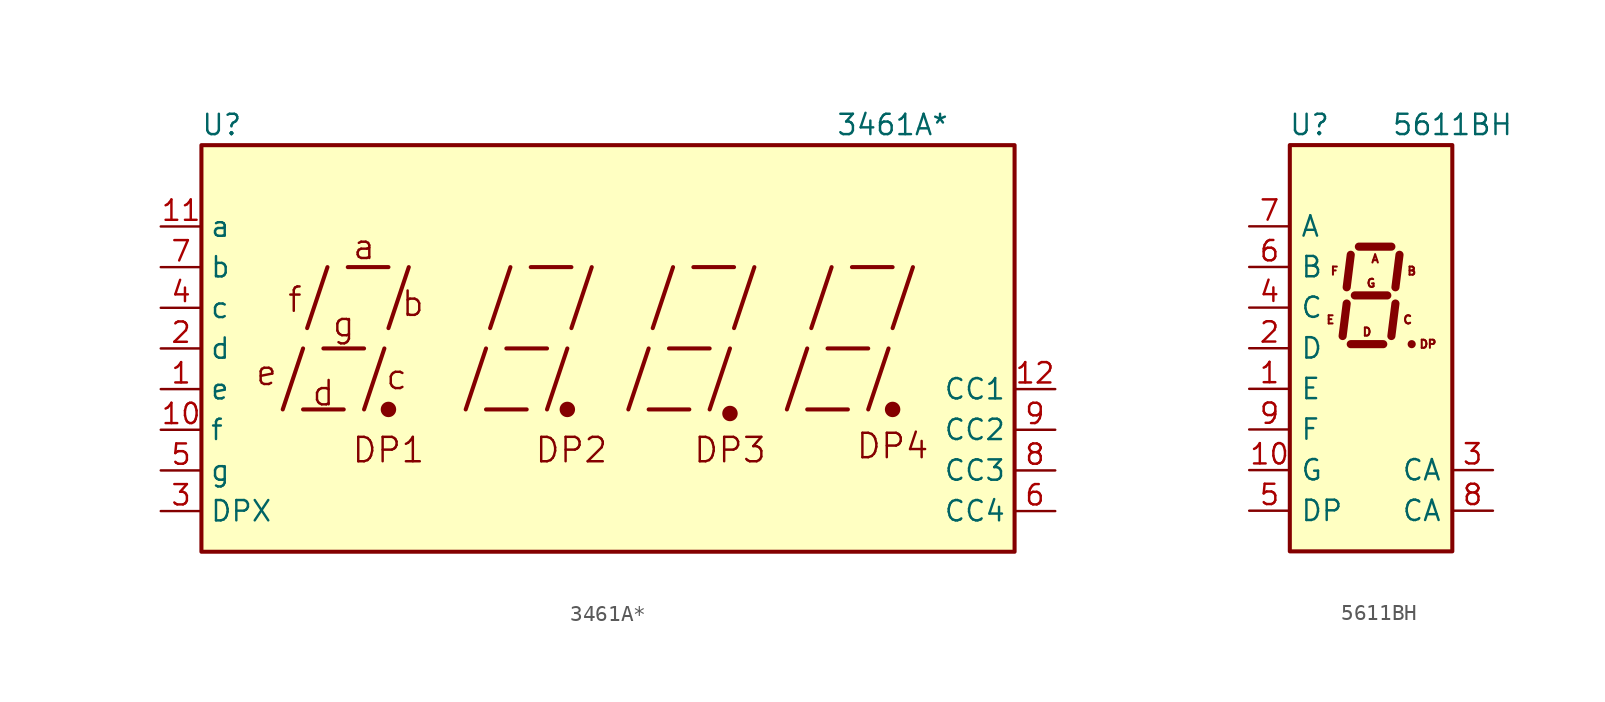
<source format=kicad_sym>
(kicad_symbol_lib
  (version 20241209)
  (generator "kicad_symbol_editor")
  (generator_version "9.0")
  (symbol "3461A*"
    (property "Reference" "U"
      (at -24.13 13.97 0)
      (effects (font (size 1.27 1.27))))
    (property "Value" "3461A*"
      (at 17.78 13.97 0)
      (effects (font (size 1.27 1.27))))
    (symbol "3461A*_0_0"
      (rectangle (start -25.4 12.7) (end 25.4 -12.7) (stroke (width 0.254) (type default)) (fill (type background)))
      (polyline (pts (xy -20.32 -3.81) (xy -19.05 0)) (stroke (width 0.254) (type default)) (fill (type none)))
      (polyline (pts (xy -19.05 -3.81) (xy -16.51 -3.81)) (stroke (width 0.254) (type default)) (fill (type none)))
      (polyline (pts (xy -18.796 1.27) (xy -17.526 5.08)) (stroke (width 0.254) (type default)) (fill (type none)))
      (polyline (pts (xy -17.78 0) (xy -15.24 0)) (stroke (width 0.254) (type default)) (fill (type none)))
      (polyline (pts (xy -16.256 5.08) (xy -13.716 5.08)) (stroke (width 0.254) (type default)) (fill (type none)))
      (polyline (pts (xy -15.24 -3.81) (xy -13.97 0)) (stroke (width 0.254) (type default)) (fill (type none)))
      (polyline (pts (xy -13.716 1.27) (xy -12.446 5.08)) (stroke (width 0.254) (type default)) (fill (type none)))
      (polyline (pts (xy -8.89 -3.81) (xy -7.62 0)) (stroke (width 0.254) (type default)) (fill (type none)))
      (polyline (pts (xy -7.62 -3.81) (xy -5.08 -3.81)) (stroke (width 0.254) (type default)) (fill (type none)))
      (polyline (pts (xy -7.366 1.27) (xy -6.096 5.08)) (stroke (width 0.254) (type default)) (fill (type none)))
      (polyline (pts (xy -6.35 0) (xy -3.81 0)) (stroke (width 0.254) (type default)) (fill (type none)))
      (polyline (pts (xy -4.826 5.08) (xy -2.286 5.08)) (stroke (width 0.254) (type default)) (fill (type none)))
      (polyline (pts (xy -3.81 -3.81) (xy -2.54 0)) (stroke (width 0.254) (type default)) (fill (type none)))
      (polyline (pts (xy -2.286 1.27) (xy -1.016 5.08)) (stroke (width 0.254) (type default)) (fill (type none)))
      (polyline (pts (xy 1.27 -3.81) (xy 2.54 0)) (stroke (width 0.254) (type default)) (fill (type none)))
      (polyline (pts (xy 2.54 -3.81) (xy 5.08 -3.81)) (stroke (width 0.254) (type default)) (fill (type none)))
      (polyline (pts (xy 2.794 1.27) (xy 4.064 5.08)) (stroke (width 0.254) (type default)) (fill (type none)))
      (polyline (pts (xy 3.81 0) (xy 6.35 0)) (stroke (width 0.254) (type default)) (fill (type none)))
      (polyline (pts (xy 5.334 5.08) (xy 7.874 5.08)) (stroke (width 0.254) (type default)) (fill (type none)))
      (polyline (pts (xy 6.35 -3.81) (xy 7.62 0)) (stroke (width 0.254) (type default)) (fill (type none)))
      (polyline (pts (xy 7.874 1.27) (xy 9.144 5.08)) (stroke (width 0.254) (type default)) (fill (type none)))
      (polyline (pts (xy 11.176 -3.81) (xy 12.446 0)) (stroke (width 0.254) (type default)) (fill (type none)))
      (polyline (pts (xy 12.446 -3.81) (xy 14.986 -3.81)) (stroke (width 0.254) (type default)) (fill (type none)))
      (polyline (pts (xy 12.7 1.27) (xy 13.97 5.08)) (stroke (width 0.254) (type default)) (fill (type none)))
      (polyline (pts (xy 13.716 0) (xy 16.256 0)) (stroke (width 0.254) (type default)) (fill (type none)))
      (polyline (pts (xy 15.24 5.08) (xy 17.78 5.08)) (stroke (width 0.254) (type default)) (fill (type none)))
      (polyline (pts (xy 16.256 -3.81) (xy 17.526 0)) (stroke (width 0.254) (type default)) (fill (type none)))
      (polyline (pts (xy 17.78 1.27) (xy 19.05 5.08)) (stroke (width 0.254) (type default)) (fill (type none)))
      (text "e" (at -21.336 -1.524 0) (effects (font (size 1.524 1.524))))
      (text "f" (at -19.558 3.048 0) (effects (font (size 1.524 1.524))))
      (text "d" (at -17.78 -2.794 0) (effects (font (size 1.524 1.524))))
      (text "g" (at -16.51 1.524 0) (effects (font (size 1.524 1.524))))
      (text "a" (at -15.24 6.35 0) (effects (font (size 1.524 1.524))))
      (text "DP1" (at -13.716 -6.35 0) (effects (font (size 1.524 1.524))))
      (text "c" (at -13.208 -1.778 0) (effects (font (size 1.524 1.524))))
      (text "b" (at -12.192 2.794 0) (effects (font (size 1.524 1.524))))
      (text "DP2" (at -2.286 -6.35 0) (effects (font (size 1.524 1.524))))
      (text "DP3" (at 7.62 -6.35 0) (effects (font (size 1.524 1.524))))
      (text "DP4" (at 17.78 -6.096 0) (effects (font (size 1.524 1.524)))))
    (symbol "3461A*_0_1"
      (circle (center -13.716 -3.81) (radius 0.356) (stroke (width 0.254) (type default)) (fill (type outline)))
      (circle (center -2.54 -3.81) (radius 0.356) (stroke (width 0.254) (type default)) (fill (type outline))))
    (symbol "3461A*_1_0"
      (circle (center 7.62 -4.064) (radius 0.356) (stroke (width 0.254) (type default)) (fill (type outline)))
      (circle (center 17.78 -3.81) (radius 0.356) (stroke (width 0.254) (type default)) (fill (type outline))))
    (symbol "3461A*_1_1"
      (pin passive line (at -27.94 7.62 0) (length 2.54) (name "a" (effects (font (size 1.27 1.27)))) (number "11" (effects (font (size 1.27 1.27)))))
      (pin passive line (at -27.94 5.08 0) (length 2.54) (name "b" (effects (font (size 1.27 1.27)))) (number "7" (effects (font (size 1.27 1.27)))))
      (pin passive line (at -27.94 2.54 0) (length 2.54) (name "c" (effects (font (size 1.27 1.27)))) (number "4" (effects (font (size 1.27 1.27)))))
      (pin passive line (at -27.94 0 0) (length 2.54) (name "d" (effects (font (size 1.27 1.27)))) (number "2" (effects (font (size 1.27 1.27)))))
      (pin passive line (at -27.94 -2.54 0) (length 2.54) (name "e" (effects (font (size 1.27 1.27)))) (number "1" (effects (font (size 1.27 1.27)))))
      (pin passive line (at -27.94 -5.08 0) (length 2.54) (name "f" (effects (font (size 1.27 1.27)))) (number "10" (effects (font (size 1.27 1.27)))))
      (pin passive line (at -27.94 -7.62 0) (length 2.54) (name "g" (effects (font (size 1.27 1.27)))) (number "5" (effects (font (size 1.27 1.27)))))
      (pin passive line (at -27.94 -10.16 0) (length 2.54) (name "DPX" (effects (font (size 1.27 1.27)))) (number "3" (effects (font (size 1.27 1.27)))))
      (pin passive line (at 27.94 -2.54 180) (length 2.54) (name "CC1" (effects (font (size 1.27 1.27)))) (number "12" (effects (font (size 1.27 1.27)))))
      (pin passive line (at 27.94 -5.08 180) (length 2.54) (name "CC2" (effects (font (size 1.27 1.27)))) (number "9" (effects (font (size 1.27 1.27)))))
      (pin passive line (at 27.94 -7.62 180) (length 2.54) (name "CC3" (effects (font (size 1.27 1.27)))) (number "8" (effects (font (size 1.27 1.27)))))
      (pin passive line (at 27.94 -10.16 180) (length 2.54) (name "CC4" (effects (font (size 1.27 1.27)))) (number "6" (effects (font (size 1.27 1.27)))))))
  (symbol "5611BH"
    (pin_names
      (offset 0.635))
    (property "Reference" "U"
      (at -2.54 13.97 0)
      (effects (font (size 1.27 1.27)) (justify right)))
    (property "Value" "5611BH"
      (at 1.27 13.97 0)
      (effects (font (size 1.27 1.27)) (justify left)))
    (symbol "5611BH_0_0"
      (text "E" (at -2.54 1.778 0) (effects (font (size 0.508 0.508))))
      (text "F" (at -2.286 4.826 0) (effects (font (size 0.508 0.508))))
      (text "D" (at -0.254 1.016 0) (effects (font (size 0.508 0.508))))
      (text "G" (at 0 4.064 0) (effects (font (size 0.508 0.508))))
      (text "A" (at 0.254 5.588 0) (effects (font (size 0.508 0.508))))
      (text "C" (at 2.286 1.778 0) (effects (font (size 0.508 0.508))))
      (text "B" (at 2.54 4.826 0) (effects (font (size 0.508 0.508))))
      (text "DP" (at 3.556 0.254 0) (effects (font (size 0.508 0.508)))))
    (symbol "5611BH_0_1"
      (rectangle (start -5.08 12.7) (end 5.08 -12.7) (stroke (width 0.254) (type default)) (fill (type background)))
      (polyline (pts (xy -1.524 2.794) (xy -1.778 0.762)) (stroke (width 0.508) (type default)) (fill (type none)))
      (polyline (pts (xy -1.27 5.842) (xy -1.524 3.81)) (stroke (width 0.508) (type default)) (fill (type none)))
      (polyline (pts (xy -1.27 0.254) (xy 0.762 0.254)) (stroke (width 0.508) (type default)) (fill (type none)))
      (polyline (pts (xy -1.016 3.302) (xy 1.016 3.302)) (stroke (width 0.508) (type default)) (fill (type none)))
      (polyline (pts (xy -0.762 6.35) (xy 1.27 6.35)) (stroke (width 0.508) (type default)) (fill (type none)))
      (polyline (pts (xy 1.524 2.794) (xy 1.27 0.762)) (stroke (width 0.508) (type default)) (fill (type none)))
      (polyline (pts (xy 1.778 5.842) (xy 1.524 3.81)) (stroke (width 0.508) (type default)) (fill (type none)))
      (polyline (pts (xy 2.54 0.254) (xy 2.54 0.254)) (stroke (width 0.508) (type default)) (fill (type none))))
    (symbol "5611BH_1_1"
      (pin input line (at -7.62 7.62 0) (length 2.54) (name "A" (effects (font (size 1.27 1.27)))) (number "7" (effects (font (size 1.27 1.27)))))
      (pin input line (at -7.62 5.08 0) (length 2.54) (name "B" (effects (font (size 1.27 1.27)))) (number "6" (effects (font (size 1.27 1.27)))))
      (pin input line (at -7.62 2.54 0) (length 2.54) (name "C" (effects (font (size 1.27 1.27)))) (number "4" (effects (font (size 1.27 1.27)))))
      (pin input line (at -7.62 0 0) (length 2.54) (name "D" (effects (font (size 1.27 1.27)))) (number "2" (effects (font (size 1.27 1.27)))))
      (pin input line (at -7.62 -2.54 0) (length 2.54) (name "E" (effects (font (size 1.27 1.27)))) (number "1" (effects (font (size 1.27 1.27)))))
      (pin input line (at -7.62 -5.08 0) (length 2.54) (name "F" (effects (font (size 1.27 1.27)))) (number "9" (effects (font (size 1.27 1.27)))))
      (pin input line (at -7.62 -7.62 0) (length 2.54) (name "G" (effects (font (size 1.27 1.27)))) (number "10" (effects (font (size 1.27 1.27)))))
      (pin input line (at -7.62 -10.16 0) (length 2.54) (name "DP" (effects (font (size 1.27 1.27)))) (number "5" (effects (font (size 1.27 1.27)))))
      (pin input line (at 7.62 -7.62 180) (length 2.54) (name "CA" (effects (font (size 1.27 1.27)))) (number "3" (effects (font (size 1.27 1.27)))))
      (pin input line (at 7.62 -10.16 180) (length 2.54) (name "CA" (effects (font (size 1.27 1.27)))) (number "8" (effects (font (size 1.27 1.27))))))))
</source>
